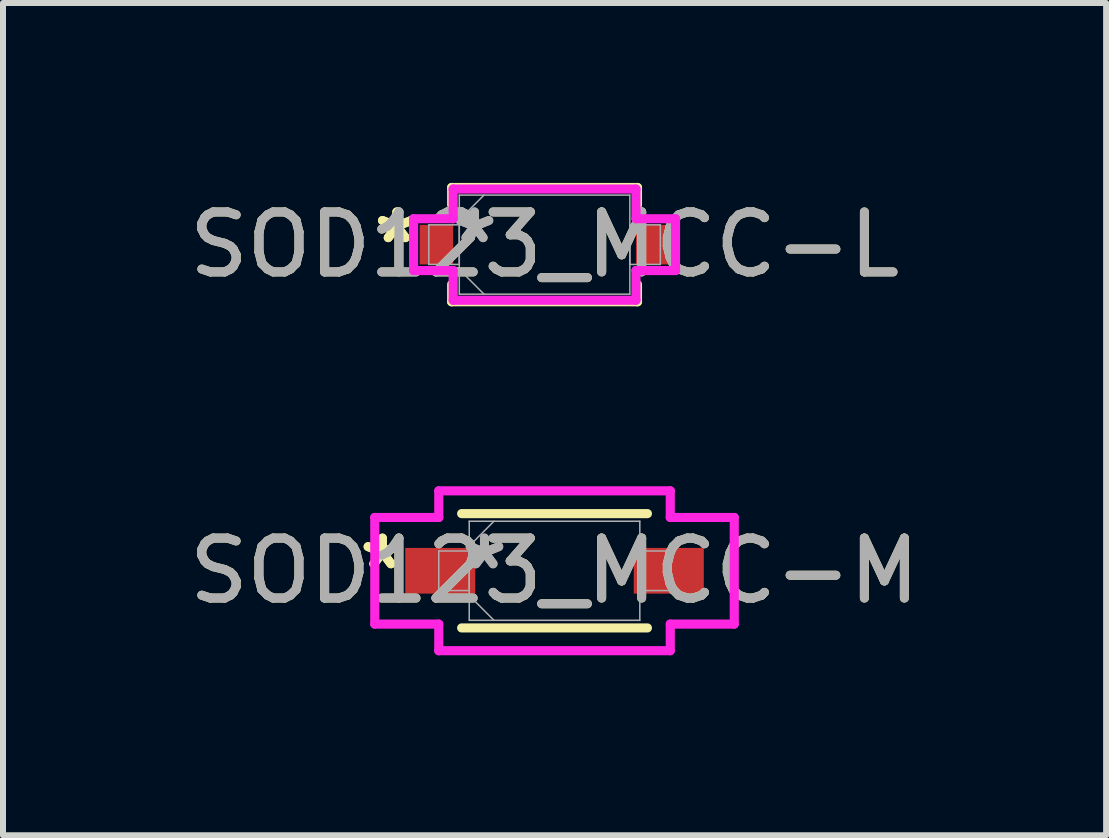
<source format=kicad_pcb>
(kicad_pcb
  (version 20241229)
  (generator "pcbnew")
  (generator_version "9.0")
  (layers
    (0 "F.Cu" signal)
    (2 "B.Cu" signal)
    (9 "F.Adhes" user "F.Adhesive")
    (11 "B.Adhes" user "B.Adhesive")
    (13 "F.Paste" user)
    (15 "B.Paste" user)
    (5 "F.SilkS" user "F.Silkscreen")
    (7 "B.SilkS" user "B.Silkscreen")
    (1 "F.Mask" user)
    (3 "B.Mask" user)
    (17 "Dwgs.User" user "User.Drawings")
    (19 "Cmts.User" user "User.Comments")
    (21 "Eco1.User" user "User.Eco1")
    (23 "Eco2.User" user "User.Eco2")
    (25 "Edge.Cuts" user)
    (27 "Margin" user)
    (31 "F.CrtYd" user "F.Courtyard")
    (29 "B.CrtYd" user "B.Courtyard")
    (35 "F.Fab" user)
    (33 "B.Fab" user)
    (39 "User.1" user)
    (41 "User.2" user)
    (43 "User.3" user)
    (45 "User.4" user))
  (footprint "SOD123_MCC-L"
    (layer "F.Cu")
    (at 6.03 1.029)
    (property "Reference" "SOD123_MCC-L" (at 0 0 0) (unlocked yes) (layer "F.SilkS") (effects (font (size 1 1) (thickness 0.15))))
    (attr smd)
    (fp_line (start -1.549 -0.953) (end -1.549 -0.663) (stroke (width 0.152) (type solid)) (layer "F.SilkS"))
    (fp_line (start -1.549 0.663) (end -1.549 0.953) (stroke (width 0.152) (type solid)) (layer "F.SilkS"))
    (fp_line (start -1.549 0.953) (end 1.549 0.953) (stroke (width 0.152) (type solid)) (layer "F.SilkS"))
    (fp_line (start 1.549 -0.953) (end -1.549 -0.953) (stroke (width 0.152) (type solid)) (layer "F.SilkS"))
    (fp_line (start 1.549 -0.663) (end 1.549 -0.953) (stroke (width 0.152) (type solid)) (layer "F.SilkS"))
    (fp_line (start 1.549 0.953) (end 1.549 0.663) (stroke (width 0.152) (type solid)) (layer "F.SilkS"))
    (fp_line (start -2.184 -0.432) (end -1.524 -0.432) (stroke (width 0.152) (type solid)) (layer "F.CrtYd"))
    (fp_line (start -2.184 0.432) (end -2.184 -0.432) (stroke (width 0.152) (type solid)) (layer "F.CrtYd"))
    (fp_line (start -1.524 -0.927) (end 1.524 -0.927) (stroke (width 0.152) (type solid)) (layer "F.CrtYd"))
    (fp_line (start -1.524 -0.432) (end -1.524 -0.927) (stroke (width 0.152) (type solid)) (layer "F.CrtYd"))
    (fp_line (start -1.524 0.432) (end -2.184 0.432) (stroke (width 0.152) (type solid)) (layer "F.CrtYd"))
    (fp_line (start -1.524 0.927) (end -1.524 0.432) (stroke (width 0.152) (type solid)) (layer "F.CrtYd"))
    (fp_line (start 1.524 -0.927) (end 1.524 -0.432) (stroke (width 0.152) (type solid)) (layer "F.CrtYd"))
    (fp_line (start 1.524 -0.432) (end 2.184 -0.432) (stroke (width 0.152) (type solid)) (layer "F.CrtYd"))
    (fp_line (start 1.524 0.432) (end 1.524 0.927) (stroke (width 0.152) (type solid)) (layer "F.CrtYd"))
    (fp_line (start 1.524 0.927) (end -1.524 0.927) (stroke (width 0.152) (type solid)) (layer "F.CrtYd"))
    (fp_line (start 2.184 -0.432) (end 2.184 0.432) (stroke (width 0.152) (type solid)) (layer "F.CrtYd"))
    (fp_line (start 2.184 0.432) (end 1.524 0.432) (stroke (width 0.152) (type solid)) (layer "F.CrtYd"))
    (fp_line (start -1.93 -0.33) (end -1.93 0.33) (stroke (width 0.025) (type solid)) (layer "F.Fab"))
    (fp_line (start -1.93 0.33) (end -1.422 0.33) (stroke (width 0.025) (type solid)) (layer "F.Fab"))
    (fp_line (start -1.422 -0.826) (end -1.422 0.826) (stroke (width 0.025) (type solid)) (layer "F.Fab"))
    (fp_line (start -1.422 -0.413) (end -1.01 -0.826) (stroke (width 0.025) (type solid)) (layer "F.Fab"))
    (fp_line (start -1.422 -0.33) (end -1.93 -0.33) (stroke (width 0.025) (type solid)) (layer "F.Fab"))
    (fp_line (start -1.422 0.33) (end -1.422 -0.33) (stroke (width 0.025) (type solid)) (layer "F.Fab"))
    (fp_line (start -1.422 0.413) (end -1.01 0.826) (stroke (width 0.025) (type solid)) (layer "F.Fab"))
    (fp_line (start -1.422 0.826) (end 1.422 0.826) (stroke (width 0.025) (type solid)) (layer "F.Fab"))
    (fp_line (start 1.422 -0.826) (end -1.422 -0.826) (stroke (width 0.025) (type solid)) (layer "F.Fab"))
    (fp_line (start 1.422 -0.33) (end 1.422 0.33) (stroke (width 0.025) (type solid)) (layer "F.Fab"))
    (fp_line (start 1.422 0.33) (end 1.93 0.33) (stroke (width 0.025) (type solid)) (layer "F.Fab"))
    (fp_line (start 1.422 0.826) (end 1.422 -0.826) (stroke (width 0.025) (type solid)) (layer "F.Fab"))
    (fp_line (start 1.93 -0.33) (end 1.422 -0.33) (stroke (width 0.025) (type solid)) (layer "F.Fab"))
    (fp_line (start 1.93 0.33) (end 1.93 -0.33) (stroke (width 0.025) (type solid)) (layer "F.Fab"))
    (fp_text user "*" (at -2.464 0 0) (layer "F.SilkS") (effects (font (size 1 1) (thickness 0.15))))
    (fp_text user "*" (at -2.464 0 0) (unlocked yes) (layer "F.SilkS") (effects (font (size 1 1) (thickness 0.15))))
    (fp_text user "${REFERENCE}" (at 0 0 0) (unlocked yes) (layer "F.Fab") (effects (font (size 1 1) (thickness 0.15))))
    (fp_text user "*" (at -1.168 0 0) (layer "F.Fab") (effects (font (size 1 1) (thickness 0.15))))
    (fp_text user "*" (at -1.168 0 0) (unlocked yes) (layer "F.Fab") (effects (font (size 1 1) (thickness 0.15))))
    (pad "1" smd rect (at -1.803 0) (size 0.559 0.66) (layers "F.Cu" "F.Mask" "F.Paste"))
    (pad "2" smd rect (at 1.803 0) (size 0.559 0.66) (layers "F.Cu" "F.Mask" "F.Paste")))
  (footprint "SOD123_MCC-M"
    (layer "F.Cu")
    (at 6.196 6.467)
    (property "Reference" "SOD123_MCC-M" (at 0 0 0) (unlocked yes) (layer "F.SilkS") (effects (font (size 1 1) (thickness 0.15))))
    (attr smd)
    (fp_line (start -1.549 0.953) (end 1.549 0.953) (stroke (width 0.152) (type solid)) (layer "F.SilkS"))
    (fp_line (start 1.549 -0.953) (end -1.549 -0.953) (stroke (width 0.152) (type solid)) (layer "F.SilkS"))
    (fp_line (start -2.997 -0.889) (end -1.93 -0.889) (stroke (width 0.152) (type solid)) (layer "F.CrtYd"))
    (fp_line (start -2.997 0.889) (end -2.997 -0.889) (stroke (width 0.152) (type solid)) (layer "F.CrtYd"))
    (fp_line (start -1.93 -1.333) (end 1.93 -1.333) (stroke (width 0.152) (type solid)) (layer "F.CrtYd"))
    (fp_line (start -1.93 -0.889) (end -1.93 -1.333) (stroke (width 0.152) (type solid)) (layer "F.CrtYd"))
    (fp_line (start -1.93 0.889) (end -2.997 0.889) (stroke (width 0.152) (type solid)) (layer "F.CrtYd"))
    (fp_line (start -1.93 1.333) (end -1.93 0.889) (stroke (width 0.152) (type solid)) (layer "F.CrtYd"))
    (fp_line (start 1.93 -1.333) (end 1.93 -0.889) (stroke (width 0.152) (type solid)) (layer "F.CrtYd"))
    (fp_line (start 1.93 -0.889) (end 2.997 -0.889) (stroke (width 0.152) (type solid)) (layer "F.CrtYd"))
    (fp_line (start 1.93 0.889) (end 1.93 1.333) (stroke (width 0.152) (type solid)) (layer "F.CrtYd"))
    (fp_line (start 1.93 1.333) (end -1.93 1.333) (stroke (width 0.152) (type solid)) (layer "F.CrtYd"))
    (fp_line (start 2.997 -0.889) (end 2.997 0.889) (stroke (width 0.152) (type solid)) (layer "F.CrtYd"))
    (fp_line (start 2.997 0.889) (end 1.93 0.889) (stroke (width 0.152) (type solid)) (layer "F.CrtYd"))
    (fp_line (start -1.93 -0.33) (end -1.93 0.33) (stroke (width 0.025) (type solid)) (layer "F.Fab"))
    (fp_line (start -1.93 0.33) (end -1.422 0.33) (stroke (width 0.025) (type solid)) (layer "F.Fab"))
    (fp_line (start -1.422 -0.826) (end -1.422 0.826) (stroke (width 0.025) (type solid)) (layer "F.Fab"))
    (fp_line (start -1.422 -0.413) (end -1.01 -0.826) (stroke (width 0.025) (type solid)) (layer "F.Fab"))
    (fp_line (start -1.422 -0.33) (end -1.93 -0.33) (stroke (width 0.025) (type solid)) (layer "F.Fab"))
    (fp_line (start -1.422 0.33) (end -1.422 -0.33) (stroke (width 0.025) (type solid)) (layer "F.Fab"))
    (fp_line (start -1.422 0.413) (end -1.01 0.826) (stroke (width 0.025) (type solid)) (layer "F.Fab"))
    (fp_line (start -1.422 0.826) (end 1.422 0.826) (stroke (width 0.025) (type solid)) (layer "F.Fab"))
    (fp_line (start 1.422 -0.826) (end -1.422 -0.826) (stroke (width 0.025) (type solid)) (layer "F.Fab"))
    (fp_line (start 1.422 -0.33) (end 1.422 0.33) (stroke (width 0.025) (type solid)) (layer "F.Fab"))
    (fp_line (start 1.422 0.33) (end 1.93 0.33) (stroke (width 0.025) (type solid)) (layer "F.Fab"))
    (fp_line (start 1.422 0.826) (end 1.422 -0.826) (stroke (width 0.025) (type solid)) (layer "F.Fab"))
    (fp_line (start 1.93 -0.33) (end 1.422 -0.33) (stroke (width 0.025) (type solid)) (layer "F.Fab"))
    (fp_line (start 1.93 0.33) (end 1.93 -0.33) (stroke (width 0.025) (type solid)) (layer "F.Fab"))
    (fp_text user "*" (at -2.87 0 0) (unlocked yes) (layer "F.SilkS") (effects (font (size 1 1) (thickness 0.15))))
    (fp_text user "*" (at -2.87 0 0) (layer "F.SilkS") (effects (font (size 1 1) (thickness 0.15))))
    (fp_text user "*" (at -1.168 0 0) (unlocked yes) (layer "F.Fab") (effects (font (size 1 1) (thickness 0.15))))
    (fp_text user "${REFERENCE}" (at 0 0 0) (unlocked yes) (layer "F.Fab") (effects (font (size 1 1) (thickness 0.15))))
    (fp_text user "*" (at -1.168 0 0) (layer "F.Fab") (effects (font (size 1 1) (thickness 0.15))))
    (pad "1" smd rect (at -1.905 0) (size 1.168 0.762) (layers "F.Cu" "F.Mask" "F.Paste"))
    (pad "2" smd rect (at 1.905 0) (size 1.168 0.762) (layers "F.Cu" "F.Mask" "F.Paste")))
  (gr_rect
    (start -3 -3)
    (end 15.393 10.877)
    (stroke (width 0.1) (type default))
    (fill no)
    (layer "Edge.Cuts")))
</source>
